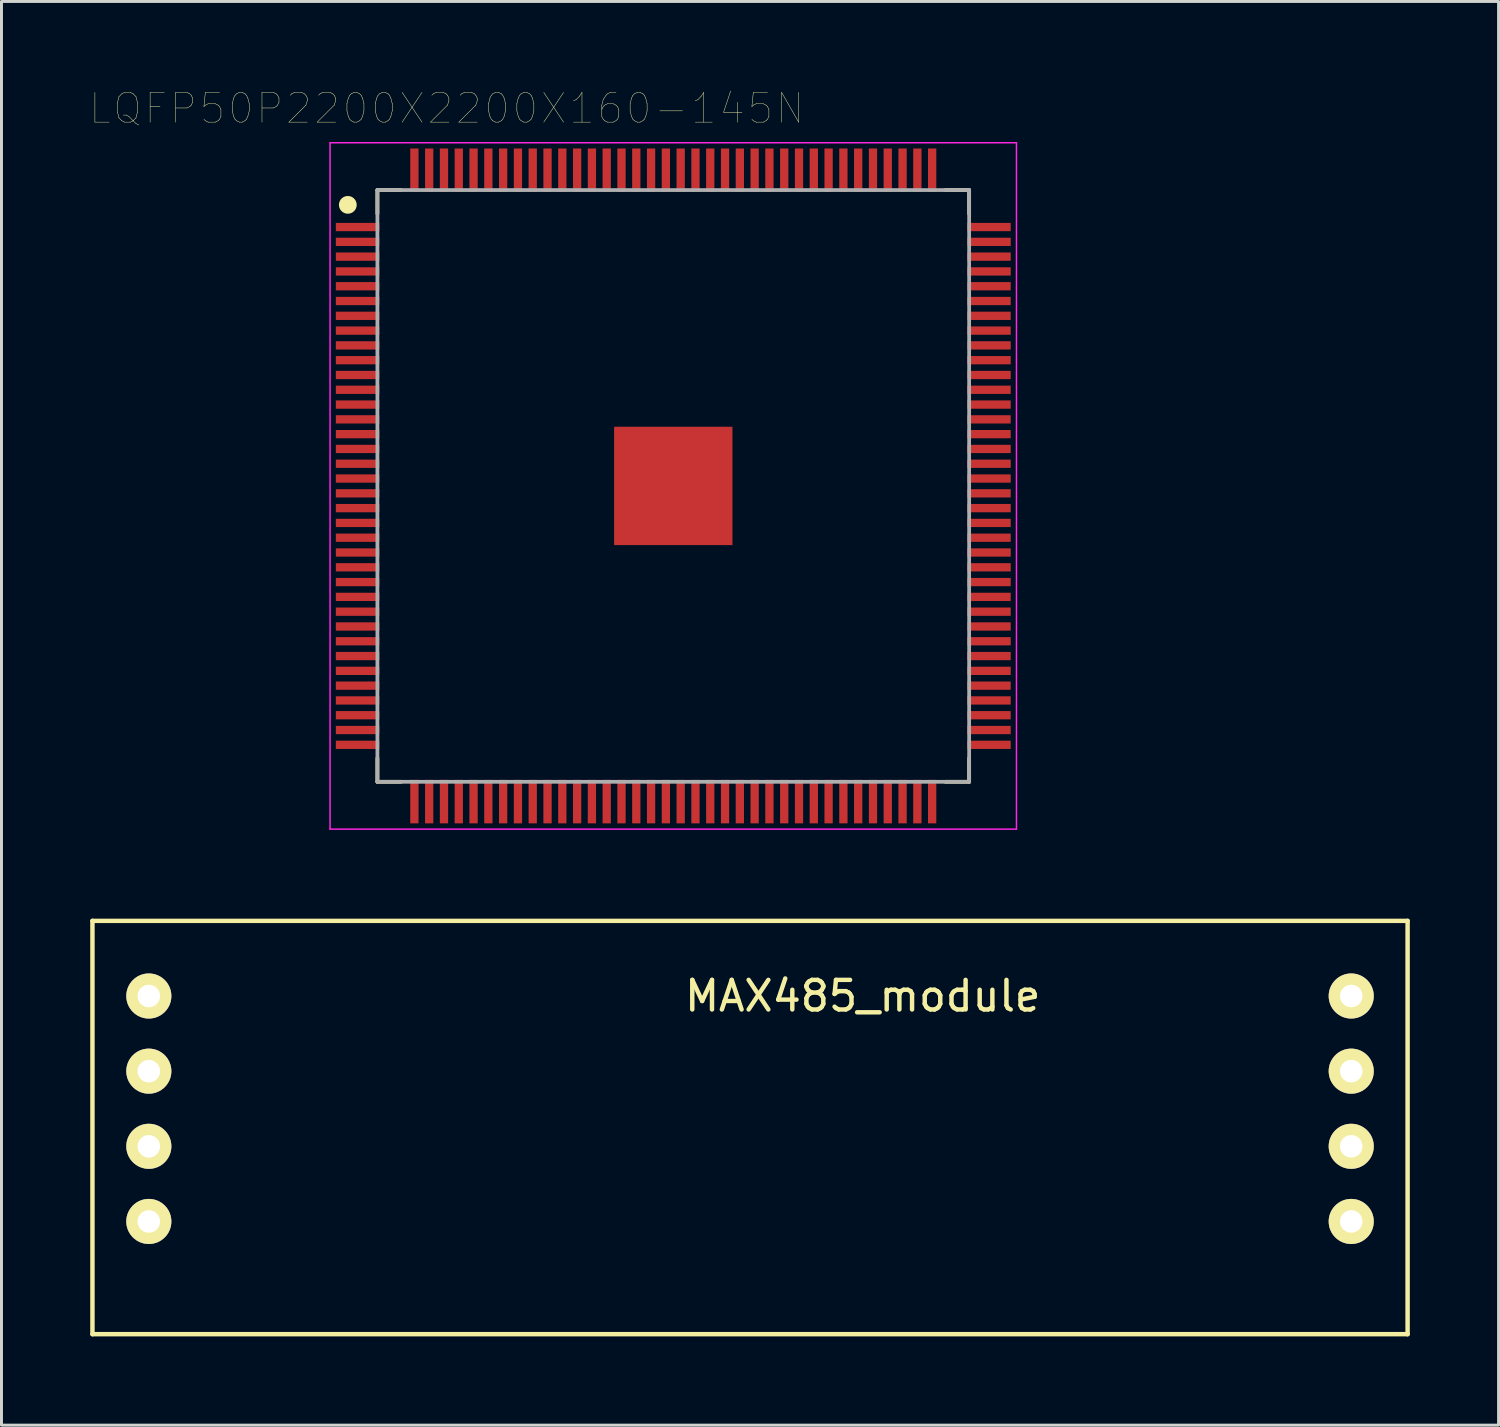
<source format=kicad_pcb>
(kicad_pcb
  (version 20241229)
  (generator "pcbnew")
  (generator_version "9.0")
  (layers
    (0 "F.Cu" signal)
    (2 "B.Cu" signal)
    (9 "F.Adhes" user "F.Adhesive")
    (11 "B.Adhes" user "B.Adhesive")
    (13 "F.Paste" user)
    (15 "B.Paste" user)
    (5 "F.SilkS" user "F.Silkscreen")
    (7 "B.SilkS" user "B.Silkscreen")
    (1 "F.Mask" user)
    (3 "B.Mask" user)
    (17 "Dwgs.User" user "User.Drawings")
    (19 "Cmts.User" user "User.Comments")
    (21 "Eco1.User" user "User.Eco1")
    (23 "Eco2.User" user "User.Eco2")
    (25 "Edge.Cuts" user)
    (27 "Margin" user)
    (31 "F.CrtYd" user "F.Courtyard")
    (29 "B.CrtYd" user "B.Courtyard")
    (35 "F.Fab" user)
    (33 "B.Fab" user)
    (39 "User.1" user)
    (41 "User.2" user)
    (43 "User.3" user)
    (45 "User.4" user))
  (footprint "LQFP50P2200X2200X160-145N"
    (layer "F.Cu")
    (at 19.706 13.374)
    (property "Reference" "LQFP50P2200X2200X160-145N" (at -7.656 -12.76 0) (layer "F.SilkS") (effects (font (size 1.005 1.005) (thickness 0.015))))
    (attr through_hole)
    (fp_line (start -10 -10) (end -9.2 -10) (stroke (width 0.127) (type solid)) (layer "F.SilkS"))
    (fp_line (start -10 -9.2) (end -10 -10) (stroke (width 0.127) (type solid)) (layer "F.SilkS"))
    (fp_line (start -10 10) (end -10 9.2) (stroke (width 0.127) (type solid)) (layer "F.SilkS"))
    (fp_line (start -9.2 10) (end -10 10) (stroke (width 0.127) (type solid)) (layer "F.SilkS"))
    (fp_line (start 9.2 -10) (end 10 -10) (stroke (width 0.127) (type solid)) (layer "F.SilkS"))
    (fp_line (start 9.2 10) (end 10 10) (stroke (width 0.127) (type solid)) (layer "F.SilkS"))
    (fp_line (start 10 -10) (end 10 -9.2) (stroke (width 0.127) (type solid)) (layer "F.SilkS"))
    (fp_line (start 10 10) (end 10 9.2) (stroke (width 0.127) (type solid)) (layer "F.SilkS"))
    (fp_circle (center -11 -9.5) (end -10.85 -9.5) (stroke (width 0.3) (type solid)) (fill no) (layer "F.SilkS"))
    (fp_poly (pts (xy -1.718 -1.705) (xy -0.295 -1.705) (xy -0.295 -0.297) (xy -1.718 -0.297)) (stroke (width 0.01) (type solid)) (fill yes) (layer "F.Paste"))
    (fp_poly (pts (xy -1.714 0.295) (xy -0.295 0.295) (xy -0.295 1.714) (xy -1.714 1.714)) (stroke (width 0.01) (type solid)) (fill yes) (layer "F.Paste"))
    (fp_poly (pts (xy 0.297 -1.705) (xy 1.705 -1.705) (xy 1.705 -0.297) (xy 0.297 -0.297)) (stroke (width 0.01) (type solid)) (fill yes) (layer "F.Paste"))
    (fp_poly (pts (xy 0.297 0.295) (xy 1.705 0.295) (xy 1.705 1.718) (xy 0.297 1.718)) (stroke (width 0.01) (type solid)) (fill yes) (layer "F.Paste"))
    (fp_line (start -11.6 -11.6) (end 11.6 -11.6) (stroke (width 0.05) (type solid)) (layer "F.CrtYd"))
    (fp_line (start -11.6 11.6) (end -11.6 -11.6) (stroke (width 0.05) (type solid)) (layer "F.CrtYd"))
    (fp_line (start 11.6 -11.6) (end 11.6 11.6) (stroke (width 0.05) (type solid)) (layer "F.CrtYd"))
    (fp_line (start 11.6 11.6) (end -11.6 11.6) (stroke (width 0.05) (type solid)) (layer "F.CrtYd"))
    (fp_line (start -10 -10) (end 10 -10) (stroke (width 0.127) (type solid)) (layer "F.Fab"))
    (fp_line (start -10 10) (end -10 -10) (stroke (width 0.127) (type solid)) (layer "F.Fab"))
    (fp_line (start 10 -10) (end 10 10) (stroke (width 0.127) (type solid)) (layer "F.Fab"))
    (fp_line (start 10 10) (end -10 10) (stroke (width 0.127) (type solid)) (layer "F.Fab"))
    (pad "1" smd rect (at -10.67 -8.75) (size 1.47 0.28) (layers "F.Cu" "F.Mask" "F.Paste"))
    (pad "2" smd rect (at -10.67 -8.25) (size 1.47 0.28) (layers "F.Cu" "F.Mask" "F.Paste"))
    (pad "3" smd rect (at -10.67 -7.75) (size 1.47 0.28) (layers "F.Cu" "F.Mask" "F.Paste"))
    (pad "4" smd rect (at -10.67 -7.25) (size 1.47 0.28) (layers "F.Cu" "F.Mask" "F.Paste"))
    (pad "5" smd rect (at -10.67 -6.75) (size 1.47 0.28) (layers "F.Cu" "F.Mask" "F.Paste"))
    (pad "6" smd rect (at -10.67 -6.25) (size 1.47 0.28) (layers "F.Cu" "F.Mask" "F.Paste"))
    (pad "7" smd rect (at -10.67 -5.75) (size 1.47 0.28) (layers "F.Cu" "F.Mask" "F.Paste"))
    (pad "8" smd rect (at -10.67 -5.25) (size 1.47 0.28) (layers "F.Cu" "F.Mask" "F.Paste"))
    (pad "9" smd rect (at -10.67 -4.75) (size 1.47 0.28) (layers "F.Cu" "F.Mask" "F.Paste"))
    (pad "10" smd rect (at -10.67 -4.25) (size 1.47 0.28) (layers "F.Cu" "F.Mask" "F.Paste"))
    (pad "11" smd rect (at -10.67 -3.75) (size 1.47 0.28) (layers "F.Cu" "F.Mask" "F.Paste"))
    (pad "12" smd rect (at -10.67 -3.25) (size 1.47 0.28) (layers "F.Cu" "F.Mask" "F.Paste"))
    (pad "13" smd rect (at -10.67 -2.75) (size 1.47 0.28) (layers "F.Cu" "F.Mask" "F.Paste"))
    (pad "14" smd rect (at -10.67 -2.25) (size 1.47 0.28) (layers "F.Cu" "F.Mask" "F.Paste"))
    (pad "15" smd rect (at -10.67 -1.75) (size 1.47 0.28) (layers "F.Cu" "F.Mask" "F.Paste"))
    (pad "16" smd rect (at -10.67 -1.25) (size 1.47 0.28) (layers "F.Cu" "F.Mask" "F.Paste"))
    (pad "17" smd rect (at -10.67 -0.75) (size 1.47 0.28) (layers "F.Cu" "F.Mask" "F.Paste"))
    (pad "18" smd rect (at -10.67 -0.25) (size 1.47 0.28) (layers "F.Cu" "F.Mask" "F.Paste"))
    (pad "19" smd rect (at -10.67 0.25) (size 1.47 0.28) (layers "F.Cu" "F.Mask" "F.Paste"))
    (pad "20" smd rect (at -10.67 0.75) (size 1.47 0.28) (layers "F.Cu" "F.Mask" "F.Paste"))
    (pad "21" smd rect (at -10.67 1.25) (size 1.47 0.28) (layers "F.Cu" "F.Mask" "F.Paste"))
    (pad "22" smd rect (at -10.67 1.75) (size 1.47 0.28) (layers "F.Cu" "F.Mask" "F.Paste"))
    (pad "23" smd rect (at -10.67 2.25) (size 1.47 0.28) (layers "F.Cu" "F.Mask" "F.Paste"))
    (pad "24" smd rect (at -10.67 2.75) (size 1.47 0.28) (layers "F.Cu" "F.Mask" "F.Paste"))
    (pad "25" smd rect (at -10.67 3.25) (size 1.47 0.28) (layers "F.Cu" "F.Mask" "F.Paste"))
    (pad "26" smd rect (at -10.67 3.75) (size 1.47 0.28) (layers "F.Cu" "F.Mask" "F.Paste"))
    (pad "27" smd rect (at -10.67 4.25) (size 1.47 0.28) (layers "F.Cu" "F.Mask" "F.Paste"))
    (pad "28" smd rect (at -10.67 4.75) (size 1.47 0.28) (layers "F.Cu" "F.Mask" "F.Paste"))
    (pad "29" smd rect (at -10.67 5.25) (size 1.47 0.28) (layers "F.Cu" "F.Mask" "F.Paste"))
    (pad "30" smd rect (at -10.67 5.75) (size 1.47 0.28) (layers "F.Cu" "F.Mask" "F.Paste"))
    (pad "31" smd rect (at -10.67 6.25) (size 1.47 0.28) (layers "F.Cu" "F.Mask" "F.Paste"))
    (pad "32" smd rect (at -10.67 6.75) (size 1.47 0.28) (layers "F.Cu" "F.Mask" "F.Paste"))
    (pad "33" smd rect (at -10.67 7.25) (size 1.47 0.28) (layers "F.Cu" "F.Mask" "F.Paste"))
    (pad "34" smd rect (at -10.67 7.75) (size 1.47 0.28) (layers "F.Cu" "F.Mask" "F.Paste"))
    (pad "35" smd rect (at -10.67 8.25) (size 1.47 0.28) (layers "F.Cu" "F.Mask" "F.Paste"))
    (pad "36" smd rect (at -10.67 8.75) (size 1.47 0.28) (layers "F.Cu" "F.Mask" "F.Paste"))
    (pad "37" smd rect (at -8.75 10.67) (size 0.28 1.47) (layers "F.Cu" "F.Mask" "F.Paste"))
    (pad "38" smd rect (at -8.25 10.67) (size 0.28 1.47) (layers "F.Cu" "F.Mask" "F.Paste"))
    (pad "39" smd rect (at -7.75 10.67) (size 0.28 1.47) (layers "F.Cu" "F.Mask" "F.Paste"))
    (pad "40" smd rect (at -7.25 10.67) (size 0.28 1.47) (layers "F.Cu" "F.Mask" "F.Paste"))
    (pad "41" smd rect (at -6.75 10.67) (size 0.28 1.47) (layers "F.Cu" "F.Mask" "F.Paste"))
    (pad "42" smd rect (at -6.25 10.67) (size 0.28 1.47) (layers "F.Cu" "F.Mask" "F.Paste"))
    (pad "43" smd rect (at -5.75 10.67) (size 0.28 1.47) (layers "F.Cu" "F.Mask" "F.Paste"))
    (pad "44" smd rect (at -5.25 10.67) (size 0.28 1.47) (layers "F.Cu" "F.Mask" "F.Paste"))
    (pad "45" smd rect (at -4.75 10.67) (size 0.28 1.47) (layers "F.Cu" "F.Mask" "F.Paste"))
    (pad "46" smd rect (at -4.25 10.67) (size 0.28 1.47) (layers "F.Cu" "F.Mask" "F.Paste"))
    (pad "47" smd rect (at -3.75 10.67) (size 0.28 1.47) (layers "F.Cu" "F.Mask" "F.Paste"))
    (pad "48" smd rect (at -3.25 10.67) (size 0.28 1.47) (layers "F.Cu" "F.Mask" "F.Paste"))
    (pad "49" smd rect (at -2.75 10.67) (size 0.28 1.47) (layers "F.Cu" "F.Mask" "F.Paste"))
    (pad "50" smd rect (at -2.25 10.67) (size 0.28 1.47) (layers "F.Cu" "F.Mask" "F.Paste"))
    (pad "51" smd rect (at -1.75 10.67) (size 0.28 1.47) (layers "F.Cu" "F.Mask" "F.Paste"))
    (pad "52" smd rect (at -1.25 10.67) (size 0.28 1.47) (layers "F.Cu" "F.Mask" "F.Paste"))
    (pad "53" smd rect (at -0.75 10.67) (size 0.28 1.47) (layers "F.Cu" "F.Mask" "F.Paste"))
    (pad "54" smd rect (at -0.25 10.67) (size 0.28 1.47) (layers "F.Cu" "F.Mask" "F.Paste"))
    (pad "55" smd rect (at 0.25 10.67) (size 0.28 1.47) (layers "F.Cu" "F.Mask" "F.Paste"))
    (pad "56" smd rect (at 0.75 10.67) (size 0.28 1.47) (layers "F.Cu" "F.Mask" "F.Paste"))
    (pad "57" smd rect (at 1.25 10.67) (size 0.28 1.47) (layers "F.Cu" "F.Mask" "F.Paste"))
    (pad "58" smd rect (at 1.75 10.67) (size 0.28 1.47) (layers "F.Cu" "F.Mask" "F.Paste"))
    (pad "59" smd rect (at 2.25 10.67) (size 0.28 1.47) (layers "F.Cu" "F.Mask" "F.Paste"))
    (pad "60" smd rect (at 2.75 10.67) (size 0.28 1.47) (layers "F.Cu" "F.Mask" "F.Paste"))
    (pad "61" smd rect (at 3.25 10.67) (size 0.28 1.47) (layers "F.Cu" "F.Mask" "F.Paste"))
    (pad "62" smd rect (at 3.75 10.67) (size 0.28 1.47) (layers "F.Cu" "F.Mask" "F.Paste"))
    (pad "63" smd rect (at 4.25 10.67) (size 0.28 1.47) (layers "F.Cu" "F.Mask" "F.Paste"))
    (pad "64" smd rect (at 4.75 10.67) (size 0.28 1.47) (layers "F.Cu" "F.Mask" "F.Paste"))
    (pad "65" smd rect (at 5.25 10.67) (size 0.28 1.47) (layers "F.Cu" "F.Mask" "F.Paste"))
    (pad "66" smd rect (at 5.75 10.67) (size 0.28 1.47) (layers "F.Cu" "F.Mask" "F.Paste"))
    (pad "67" smd rect (at 6.25 10.67) (size 0.28 1.47) (layers "F.Cu" "F.Mask" "F.Paste"))
    (pad "68" smd rect (at 6.75 10.67) (size 0.28 1.47) (layers "F.Cu" "F.Mask" "F.Paste"))
    (pad "69" smd rect (at 7.25 10.67) (size 0.28 1.47) (layers "F.Cu" "F.Mask" "F.Paste"))
    (pad "70" smd rect (at 7.75 10.67) (size 0.28 1.47) (layers "F.Cu" "F.Mask" "F.Paste"))
    (pad "71" smd rect (at 8.25 10.67) (size 0.28 1.47) (layers "F.Cu" "F.Mask" "F.Paste"))
    (pad "72" smd rect (at 8.75 10.67) (size 0.28 1.47) (layers "F.Cu" "F.Mask" "F.Paste"))
    (pad "73" smd rect (at 10.67 8.75) (size 1.47 0.28) (layers "F.Cu" "F.Mask" "F.Paste"))
    (pad "74" smd rect (at 10.67 8.25) (size 1.47 0.28) (layers "F.Cu" "F.Mask" "F.Paste"))
    (pad "75" smd rect (at 10.67 7.75) (size 1.47 0.28) (layers "F.Cu" "F.Mask" "F.Paste"))
    (pad "76" smd rect (at 10.67 7.25) (size 1.47 0.28) (layers "F.Cu" "F.Mask" "F.Paste"))
    (pad "77" smd rect (at 10.67 6.75) (size 1.47 0.28) (layers "F.Cu" "F.Mask" "F.Paste"))
    (pad "78" smd rect (at 10.67 6.25) (size 1.47 0.28) (layers "F.Cu" "F.Mask" "F.Paste"))
    (pad "79" smd rect (at 10.67 5.75) (size 1.47 0.28) (layers "F.Cu" "F.Mask" "F.Paste"))
    (pad "80" smd rect (at 10.67 5.25) (size 1.47 0.28) (layers "F.Cu" "F.Mask" "F.Paste"))
    (pad "81" smd rect (at 10.67 4.75) (size 1.47 0.28) (layers "F.Cu" "F.Mask" "F.Paste"))
    (pad "82" smd rect (at 10.67 4.25) (size 1.47 0.28) (layers "F.Cu" "F.Mask" "F.Paste"))
    (pad "83" smd rect (at 10.67 3.75) (size 1.47 0.28) (layers "F.Cu" "F.Mask" "F.Paste"))
    (pad "84" smd rect (at 10.67 3.25) (size 1.47 0.28) (layers "F.Cu" "F.Mask" "F.Paste"))
    (pad "85" smd rect (at 10.67 2.75) (size 1.47 0.28) (layers "F.Cu" "F.Mask" "F.Paste"))
    (pad "86" smd rect (at 10.67 2.25) (size 1.47 0.28) (layers "F.Cu" "F.Mask" "F.Paste"))
    (pad "87" smd rect (at 10.67 1.75) (size 1.47 0.28) (layers "F.Cu" "F.Mask" "F.Paste"))
    (pad "88" smd rect (at 10.67 1.25) (size 1.47 0.28) (layers "F.Cu" "F.Mask" "F.Paste"))
    (pad "89" smd rect (at 10.67 0.75) (size 1.47 0.28) (layers "F.Cu" "F.Mask" "F.Paste"))
    (pad "90" smd rect (at 10.67 0.25) (size 1.47 0.28) (layers "F.Cu" "F.Mask" "F.Paste"))
    (pad "91" smd rect (at 10.67 -0.25) (size 1.47 0.28) (layers "F.Cu" "F.Mask" "F.Paste"))
    (pad "92" smd rect (at 10.67 -0.75) (size 1.47 0.28) (layers "F.Cu" "F.Mask" "F.Paste"))
    (pad "93" smd rect (at 10.67 -1.25) (size 1.47 0.28) (layers "F.Cu" "F.Mask" "F.Paste"))
    (pad "94" smd rect (at 10.67 -1.75) (size 1.47 0.28) (layers "F.Cu" "F.Mask" "F.Paste"))
    (pad "95" smd rect (at 10.67 -2.25) (size 1.47 0.28) (layers "F.Cu" "F.Mask" "F.Paste"))
    (pad "96" smd rect (at 10.67 -2.75) (size 1.47 0.28) (layers "F.Cu" "F.Mask" "F.Paste"))
    (pad "97" smd rect (at 10.67 -3.25) (size 1.47 0.28) (layers "F.Cu" "F.Mask" "F.Paste"))
    (pad "98" smd rect (at 10.67 -3.75) (size 1.47 0.28) (layers "F.Cu" "F.Mask" "F.Paste"))
    (pad "99" smd rect (at 10.67 -4.25) (size 1.47 0.28) (layers "F.Cu" "F.Mask" "F.Paste"))
    (pad "100" smd rect (at 10.67 -4.75) (size 1.47 0.28) (layers "F.Cu" "F.Mask" "F.Paste"))
    (pad "101" smd rect (at 10.67 -5.25) (size 1.47 0.28) (layers "F.Cu" "F.Mask" "F.Paste"))
    (pad "102" smd rect (at 10.67 -5.75) (size 1.47 0.28) (layers "F.Cu" "F.Mask" "F.Paste"))
    (pad "103" smd rect (at 10.67 -6.25) (size 1.47 0.28) (layers "F.Cu" "F.Mask" "F.Paste"))
    (pad "104" smd rect (at 10.67 -6.75) (size 1.47 0.28) (layers "F.Cu" "F.Mask" "F.Paste"))
    (pad "105" smd rect (at 10.67 -7.25) (size 1.47 0.28) (layers "F.Cu" "F.Mask" "F.Paste"))
    (pad "106" smd rect (at 10.67 -7.75) (size 1.47 0.28) (layers "F.Cu" "F.Mask" "F.Paste"))
    (pad "107" smd rect (at 10.67 -8.25) (size 1.47 0.28) (layers "F.Cu" "F.Mask" "F.Paste"))
    (pad "108" smd rect (at 10.67 -8.75) (size 1.47 0.28) (layers "F.Cu" "F.Mask" "F.Paste"))
    (pad "109" smd rect (at 8.75 -10.67) (size 0.28 1.47) (layers "F.Cu" "F.Mask" "F.Paste"))
    (pad "110" smd rect (at 8.25 -10.67) (size 0.28 1.47) (layers "F.Cu" "F.Mask" "F.Paste"))
    (pad "111" smd rect (at 7.75 -10.67) (size 0.28 1.47) (layers "F.Cu" "F.Mask" "F.Paste"))
    (pad "112" smd rect (at 7.25 -10.67) (size 0.28 1.47) (layers "F.Cu" "F.Mask" "F.Paste"))
    (pad "113" smd rect (at 6.75 -10.67) (size 0.28 1.47) (layers "F.Cu" "F.Mask" "F.Paste"))
    (pad "114" smd rect (at 6.25 -10.67) (size 0.28 1.47) (layers "F.Cu" "F.Mask" "F.Paste"))
    (pad "115" smd rect (at 5.75 -10.67) (size 0.28 1.47) (layers "F.Cu" "F.Mask" "F.Paste"))
    (pad "116" smd rect (at 5.25 -10.67) (size 0.28 1.47) (layers "F.Cu" "F.Mask" "F.Paste"))
    (pad "117" smd rect (at 4.75 -10.67) (size 0.28 1.47) (layers "F.Cu" "F.Mask" "F.Paste"))
    (pad "118" smd rect (at 4.25 -10.67) (size 0.28 1.47) (layers "F.Cu" "F.Mask" "F.Paste"))
    (pad "119" smd rect (at 3.75 -10.67) (size 0.28 1.47) (layers "F.Cu" "F.Mask" "F.Paste"))
    (pad "120" smd rect (at 3.25 -10.67) (size 0.28 1.47) (layers "F.Cu" "F.Mask" "F.Paste"))
    (pad "121" smd rect (at 2.75 -10.67) (size 0.28 1.47) (layers "F.Cu" "F.Mask" "F.Paste"))
    (pad "122" smd rect (at 2.25 -10.67) (size 0.28 1.47) (layers "F.Cu" "F.Mask" "F.Paste"))
    (pad "123" smd rect (at 1.75 -10.67) (size 0.28 1.47) (layers "F.Cu" "F.Mask" "F.Paste"))
    (pad "124" smd rect (at 1.25 -10.67) (size 0.28 1.47) (layers "F.Cu" "F.Mask" "F.Paste"))
    (pad "125" smd rect (at 0.75 -10.67) (size 0.28 1.47) (layers "F.Cu" "F.Mask" "F.Paste"))
    (pad "126" smd rect (at 0.25 -10.67) (size 0.28 1.47) (layers "F.Cu" "F.Mask" "F.Paste"))
    (pad "127" smd rect (at -0.25 -10.67) (size 0.28 1.47) (layers "F.Cu" "F.Mask" "F.Paste"))
    (pad "128" smd rect (at -0.75 -10.67) (size 0.28 1.47) (layers "F.Cu" "F.Mask" "F.Paste"))
    (pad "129" smd rect (at -1.25 -10.67) (size 0.28 1.47) (layers "F.Cu" "F.Mask" "F.Paste"))
    (pad "130" smd rect (at -1.75 -10.67) (size 0.28 1.47) (layers "F.Cu" "F.Mask" "F.Paste"))
    (pad "131" smd rect (at -2.25 -10.67) (size 0.28 1.47) (layers "F.Cu" "F.Mask" "F.Paste"))
    (pad "132" smd rect (at -2.75 -10.67) (size 0.28 1.47) (layers "F.Cu" "F.Mask" "F.Paste"))
    (pad "133" smd rect (at -3.25 -10.67) (size 0.28 1.47) (layers "F.Cu" "F.Mask" "F.Paste"))
    (pad "134" smd rect (at -3.75 -10.67) (size 0.28 1.47) (layers "F.Cu" "F.Mask" "F.Paste"))
    (pad "135" smd rect (at -4.25 -10.67) (size 0.28 1.47) (layers "F.Cu" "F.Mask" "F.Paste"))
    (pad "136" smd rect (at -4.75 -10.67) (size 0.28 1.47) (layers "F.Cu" "F.Mask" "F.Paste"))
    (pad "137" smd rect (at -5.25 -10.67) (size 0.28 1.47) (layers "F.Cu" "F.Mask" "F.Paste"))
    (pad "138" smd rect (at -5.75 -10.67) (size 0.28 1.47) (layers "F.Cu" "F.Mask" "F.Paste"))
    (pad "139" smd rect (at -6.25 -10.67) (size 0.28 1.47) (layers "F.Cu" "F.Mask" "F.Paste"))
    (pad "140" smd rect (at -6.75 -10.67) (size 0.28 1.47) (layers "F.Cu" "F.Mask" "F.Paste"))
    (pad "141" smd rect (at -7.25 -10.67) (size 0.28 1.47) (layers "F.Cu" "F.Mask" "F.Paste"))
    (pad "142" smd rect (at -7.75 -10.67) (size 0.28 1.47) (layers "F.Cu" "F.Mask" "F.Paste"))
    (pad "143" smd rect (at -8.25 -10.67) (size 0.28 1.47) (layers "F.Cu" "F.Mask" "F.Paste"))
    (pad "144" smd rect (at -8.75 -10.67) (size 0.28 1.47) (layers "F.Cu" "F.Mask" "F.Paste"))
    (pad "145" smd rect (at 0 0) (size 4 4) (layers "F.Cu" "F.Mask")))
  (footprint "MAX485_module"
    (layer "F.Cu")
    (at 22.3 34.424)
    (property "Reference" "MAX485_module" (at 3.81 -3.81 0) (layer "F.SilkS") (effects (font (size 1 1) (thickness 0.15))))
    (attr through_hole)
    (fp_line (start -22.225 -6.35) (end -22.225 7.62) (stroke (width 0.15) (type solid)) (layer "F.SilkS"))
    (fp_line (start -22.225 -6.35) (end 22.225 -6.35) (stroke (width 0.15) (type solid)) (layer "F.SilkS"))
    (fp_line (start 22.225 7.62) (end -22.225 7.62) (stroke (width 0.15) (type solid)) (layer "F.SilkS"))
    (fp_line (start 22.225 7.62) (end 22.225 -6.35) (stroke (width 0.15) (type solid)) (layer "F.SilkS"))
    (pad "1" thru_hole circle (at -20.32 -3.81) (size 1.524 1.524) (drill 0.762) (layers "*.Cu" "*.Mask" "F.SilkS"))
    (pad "2" thru_hole circle (at -20.32 -1.27) (size 1.524 1.524) (drill 0.762) (layers "*.Cu" "*.Mask" "F.SilkS"))
    (pad "3" thru_hole circle (at -20.32 1.27) (size 1.524 1.524) (drill 0.762) (layers "*.Cu" "*.Mask" "F.SilkS"))
    (pad "4" thru_hole circle (at -20.32 3.81) (size 1.524 1.524) (drill 0.762) (layers "*.Cu" "*.Mask" "F.SilkS"))
    (pad "5" thru_hole circle (at 20.32 3.81) (size 1.524 1.524) (drill 0.762) (layers "*.Cu" "*.Mask" "F.SilkS"))
    (pad "6" thru_hole circle (at 20.32 1.27) (size 1.524 1.524) (drill 0.762) (layers "*.Cu" "*.Mask" "F.SilkS"))
    (pad "7" thru_hole circle (at 20.32 -1.27) (size 1.524 1.524) (drill 0.762) (layers "*.Cu" "*.Mask" "F.SilkS"))
    (pad "8" thru_hole circle (at 20.32 -3.81) (size 1.524 1.524) (drill 0.762) (layers "*.Cu" "*.Mask" "F.SilkS")))
  (gr_rect
    (start -3 -3)
    (end 47.6 45.119)
    (stroke (width 0.1) (type default))
    (fill no)
    (layer "Edge.Cuts")))
</source>
